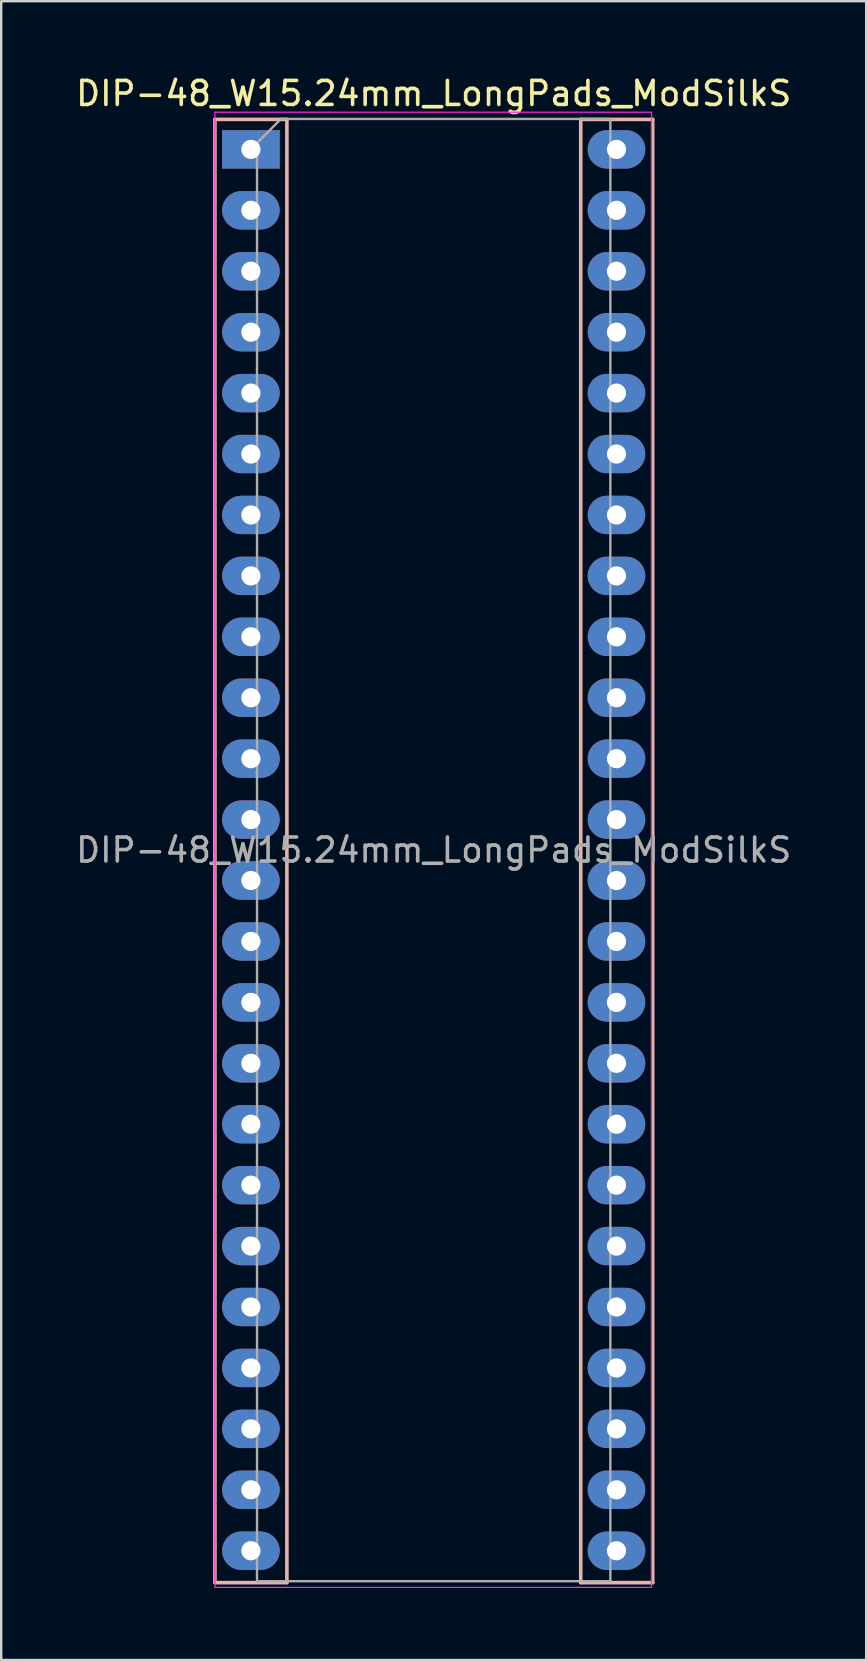
<source format=kicad_pcb>
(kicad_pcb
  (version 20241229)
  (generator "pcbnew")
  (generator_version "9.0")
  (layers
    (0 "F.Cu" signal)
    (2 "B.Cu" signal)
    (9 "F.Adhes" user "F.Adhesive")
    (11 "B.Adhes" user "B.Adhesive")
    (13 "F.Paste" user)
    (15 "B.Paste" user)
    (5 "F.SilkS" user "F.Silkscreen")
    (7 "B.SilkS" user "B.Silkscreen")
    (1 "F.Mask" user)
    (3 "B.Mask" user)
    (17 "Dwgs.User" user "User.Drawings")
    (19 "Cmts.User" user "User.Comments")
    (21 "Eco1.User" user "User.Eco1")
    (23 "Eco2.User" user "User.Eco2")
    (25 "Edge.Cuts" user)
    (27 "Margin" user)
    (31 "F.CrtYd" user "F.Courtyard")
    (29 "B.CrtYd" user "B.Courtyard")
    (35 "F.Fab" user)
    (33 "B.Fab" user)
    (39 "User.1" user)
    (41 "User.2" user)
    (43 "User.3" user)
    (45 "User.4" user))
  (footprint "DIP-48_W15.24mm_LongPads_ModSilkS"
    (layer "F.Cu")
    (at 7.41 3.178)
    (property "Reference" "DIP-48_W15.24mm_LongPads_ModSilkS" (at 7.62 -2.33 0) (layer "F.SilkS") (effects (font (size 1 1) (thickness 0.15))))
    (attr through_hole)
    (fp_line (start -1.5 -1.25) (end -1.5 59.75) (stroke (width 0.15) (type solid)) (layer "B.SilkS"))
    (fp_line (start -1.5 59.75) (end 1.5 59.75) (stroke (width 0.15) (type solid)) (layer "B.SilkS"))
    (fp_line (start 1.5 -1.25) (end -1.5 -1.25) (stroke (width 0.15) (type solid)) (layer "B.SilkS"))
    (fp_line (start 1.5 59.75) (end 1.5 -1.25) (stroke (width 0.15) (type solid)) (layer "B.SilkS"))
    (fp_line (start 13.75 -1.25) (end 13.75 59.75) (stroke (width 0.15) (type solid)) (layer "B.SilkS"))
    (fp_line (start 13.75 59.75) (end 16.75 59.75) (stroke (width 0.15) (type solid)) (layer "B.SilkS"))
    (fp_line (start 16.75 -1.25) (end 13.75 -1.25) (stroke (width 0.15) (type solid)) (layer "B.SilkS"))
    (fp_line (start 16.75 59.75) (end 16.75 -1.25) (stroke (width 0.15) (type solid)) (layer "B.SilkS"))
    (fp_line (start -1.5 -1.55) (end -1.5 59.95) (stroke (width 0.05) (type solid)) (layer "F.CrtYd"))
    (fp_line (start -1.5 59.95) (end 16.7 59.95) (stroke (width 0.05) (type solid)) (layer "F.CrtYd"))
    (fp_line (start 16.7 -1.55) (end -1.5 -1.55) (stroke (width 0.05) (type solid)) (layer "F.CrtYd"))
    (fp_line (start 16.7 59.95) (end 16.7 -1.55) (stroke (width 0.05) (type solid)) (layer "F.CrtYd"))
    (fp_line (start 0.255 -0.27) (end 1.255 -1.27) (stroke (width 0.1) (type solid)) (layer "F.Fab"))
    (fp_line (start 0.255 59.69) (end 0.255 -0.27) (stroke (width 0.1) (type solid)) (layer "F.Fab"))
    (fp_line (start 1.255 -1.27) (end 14.985 -1.27) (stroke (width 0.1) (type solid)) (layer "F.Fab"))
    (fp_line (start 14.985 -1.27) (end 14.985 59.69) (stroke (width 0.1) (type solid)) (layer "F.Fab"))
    (fp_line (start 14.985 59.69) (end 0.255 59.69) (stroke (width 0.1) (type solid)) (layer "F.Fab"))
    (fp_text user "${REFERENCE}" (at 7.62 29.21 0) (layer "F.Fab") (effects (font (size 1 1) (thickness 0.15))))
    (pad "1" thru_hole rect (at 0 0) (size 2.4 1.6) (drill 0.8) (layers "*.Cu" "*.Mask"))
    (pad "2" thru_hole oval (at 0 2.54) (size 2.4 1.6) (drill 0.8) (layers "*.Cu" "*.Mask"))
    (pad "3" thru_hole oval (at 0 5.08) (size 2.4 1.6) (drill 0.8) (layers "*.Cu" "*.Mask"))
    (pad "4" thru_hole oval (at 0 7.62) (size 2.4 1.6) (drill 0.8) (layers "*.Cu" "*.Mask"))
    (pad "5" thru_hole oval (at 0 10.16) (size 2.4 1.6) (drill 0.8) (layers "*.Cu" "*.Mask"))
    (pad "6" thru_hole oval (at 0 12.7) (size 2.4 1.6) (drill 0.8) (layers "*.Cu" "*.Mask"))
    (pad "7" thru_hole oval (at 0 15.24) (size 2.4 1.6) (drill 0.8) (layers "*.Cu" "*.Mask"))
    (pad "8" thru_hole oval (at 0 17.78) (size 2.4 1.6) (drill 0.8) (layers "*.Cu" "*.Mask"))
    (pad "9" thru_hole oval (at 0 20.32) (size 2.4 1.6) (drill 0.8) (layers "*.Cu" "*.Mask"))
    (pad "10" thru_hole oval (at 0 22.86) (size 2.4 1.6) (drill 0.8) (layers "*.Cu" "*.Mask"))
    (pad "11" thru_hole oval (at 0 25.4) (size 2.4 1.6) (drill 0.8) (layers "*.Cu" "*.Mask"))
    (pad "12" thru_hole oval (at 0 27.94) (size 2.4 1.6) (drill 0.8) (layers "*.Cu" "*.Mask"))
    (pad "13" thru_hole oval (at 0 30.48) (size 2.4 1.6) (drill 0.8) (layers "*.Cu" "*.Mask"))
    (pad "14" thru_hole oval (at 0 33.02) (size 2.4 1.6) (drill 0.8) (layers "*.Cu" "*.Mask"))
    (pad "15" thru_hole oval (at 0 35.56) (size 2.4 1.6) (drill 0.8) (layers "*.Cu" "*.Mask"))
    (pad "16" thru_hole oval (at 0 38.1) (size 2.4 1.6) (drill 0.8) (layers "*.Cu" "*.Mask"))
    (pad "17" thru_hole oval (at 0 40.64) (size 2.4 1.6) (drill 0.8) (layers "*.Cu" "*.Mask"))
    (pad "18" thru_hole oval (at 0 43.18) (size 2.4 1.6) (drill 0.8) (layers "*.Cu" "*.Mask"))
    (pad "19" thru_hole oval (at 0 45.72) (size 2.4 1.6) (drill 0.8) (layers "*.Cu" "*.Mask"))
    (pad "20" thru_hole oval (at 0 48.26) (size 2.4 1.6) (drill 0.8) (layers "*.Cu" "*.Mask"))
    (pad "21" thru_hole oval (at 0 50.8) (size 2.4 1.6) (drill 0.8) (layers "*.Cu" "*.Mask"))
    (pad "22" thru_hole oval (at 0 53.34) (size 2.4 1.6) (drill 0.8) (layers "*.Cu" "*.Mask"))
    (pad "23" thru_hole oval (at 0 55.88) (size 2.4 1.6) (drill 0.8) (layers "*.Cu" "*.Mask"))
    (pad "24" thru_hole oval (at 0 58.42) (size 2.4 1.6) (drill 0.8) (layers "*.Cu" "*.Mask"))
    (pad "25" thru_hole oval (at 15.24 58.42) (size 2.4 1.6) (drill 0.8) (layers "*.Cu" "*.Mask"))
    (pad "26" thru_hole oval (at 15.24 55.88) (size 2.4 1.6) (drill 0.8) (layers "*.Cu" "*.Mask"))
    (pad "27" thru_hole oval (at 15.24 53.34) (size 2.4 1.6) (drill 0.8) (layers "*.Cu" "*.Mask"))
    (pad "28" thru_hole oval (at 15.24 50.8) (size 2.4 1.6) (drill 0.8) (layers "*.Cu" "*.Mask"))
    (pad "29" thru_hole oval (at 15.24 48.26) (size 2.4 1.6) (drill 0.8) (layers "*.Cu" "*.Mask"))
    (pad "30" thru_hole oval (at 15.24 45.72) (size 2.4 1.6) (drill 0.8) (layers "*.Cu" "*.Mask"))
    (pad "31" thru_hole oval (at 15.24 43.18) (size 2.4 1.6) (drill 0.8) (layers "*.Cu" "*.Mask"))
    (pad "32" thru_hole oval (at 15.24 40.64) (size 2.4 1.6) (drill 0.8) (layers "*.Cu" "*.Mask"))
    (pad "33" thru_hole oval (at 15.24 38.1) (size 2.4 1.6) (drill 0.8) (layers "*.Cu" "*.Mask"))
    (pad "34" thru_hole oval (at 15.24 35.56) (size 2.4 1.6) (drill 0.8) (layers "*.Cu" "*.Mask"))
    (pad "35" thru_hole oval (at 15.24 33.02) (size 2.4 1.6) (drill 0.8) (layers "*.Cu" "*.Mask"))
    (pad "36" thru_hole oval (at 15.24 30.48) (size 2.4 1.6) (drill 0.8) (layers "*.Cu" "*.Mask"))
    (pad "37" thru_hole oval (at 15.24 27.94) (size 2.4 1.6) (drill 0.8) (layers "*.Cu" "*.Mask"))
    (pad "38" thru_hole oval (at 15.24 25.4) (size 2.4 1.6) (drill 0.8) (layers "*.Cu" "*.Mask"))
    (pad "39" thru_hole oval (at 15.24 22.86) (size 2.4 1.6) (drill 0.8) (layers "*.Cu" "*.Mask"))
    (pad "40" thru_hole oval (at 15.24 20.32) (size 2.4 1.6) (drill 0.8) (layers "*.Cu" "*.Mask"))
    (pad "41" thru_hole oval (at 15.24 17.78) (size 2.4 1.6) (drill 0.8) (layers "*.Cu" "*.Mask"))
    (pad "42" thru_hole oval (at 15.24 15.24) (size 2.4 1.6) (drill 0.8) (layers "*.Cu" "*.Mask"))
    (pad "43" thru_hole oval (at 15.24 12.7) (size 2.4 1.6) (drill 0.8) (layers "*.Cu" "*.Mask"))
    (pad "44" thru_hole oval (at 15.24 10.16) (size 2.4 1.6) (drill 0.8) (layers "*.Cu" "*.Mask"))
    (pad "45" thru_hole oval (at 15.24 7.62) (size 2.4 1.6) (drill 0.8) (layers "*.Cu" "*.Mask"))
    (pad "46" thru_hole oval (at 15.24 5.08) (size 2.4 1.6) (drill 0.8) (layers "*.Cu" "*.Mask"))
    (pad "47" thru_hole oval (at 15.24 2.54) (size 2.4 1.6) (drill 0.8) (layers "*.Cu" "*.Mask"))
    (pad "48" thru_hole oval (at 15.24 0) (size 2.4 1.6) (drill 0.8) (layers "*.Cu" "*.Mask")))
  (gr_rect
    (start -3 -3)
    (end 33.06 66.153)
    (stroke (width 0.1) (type default))
    (fill no)
    (layer "Edge.Cuts")))
</source>
